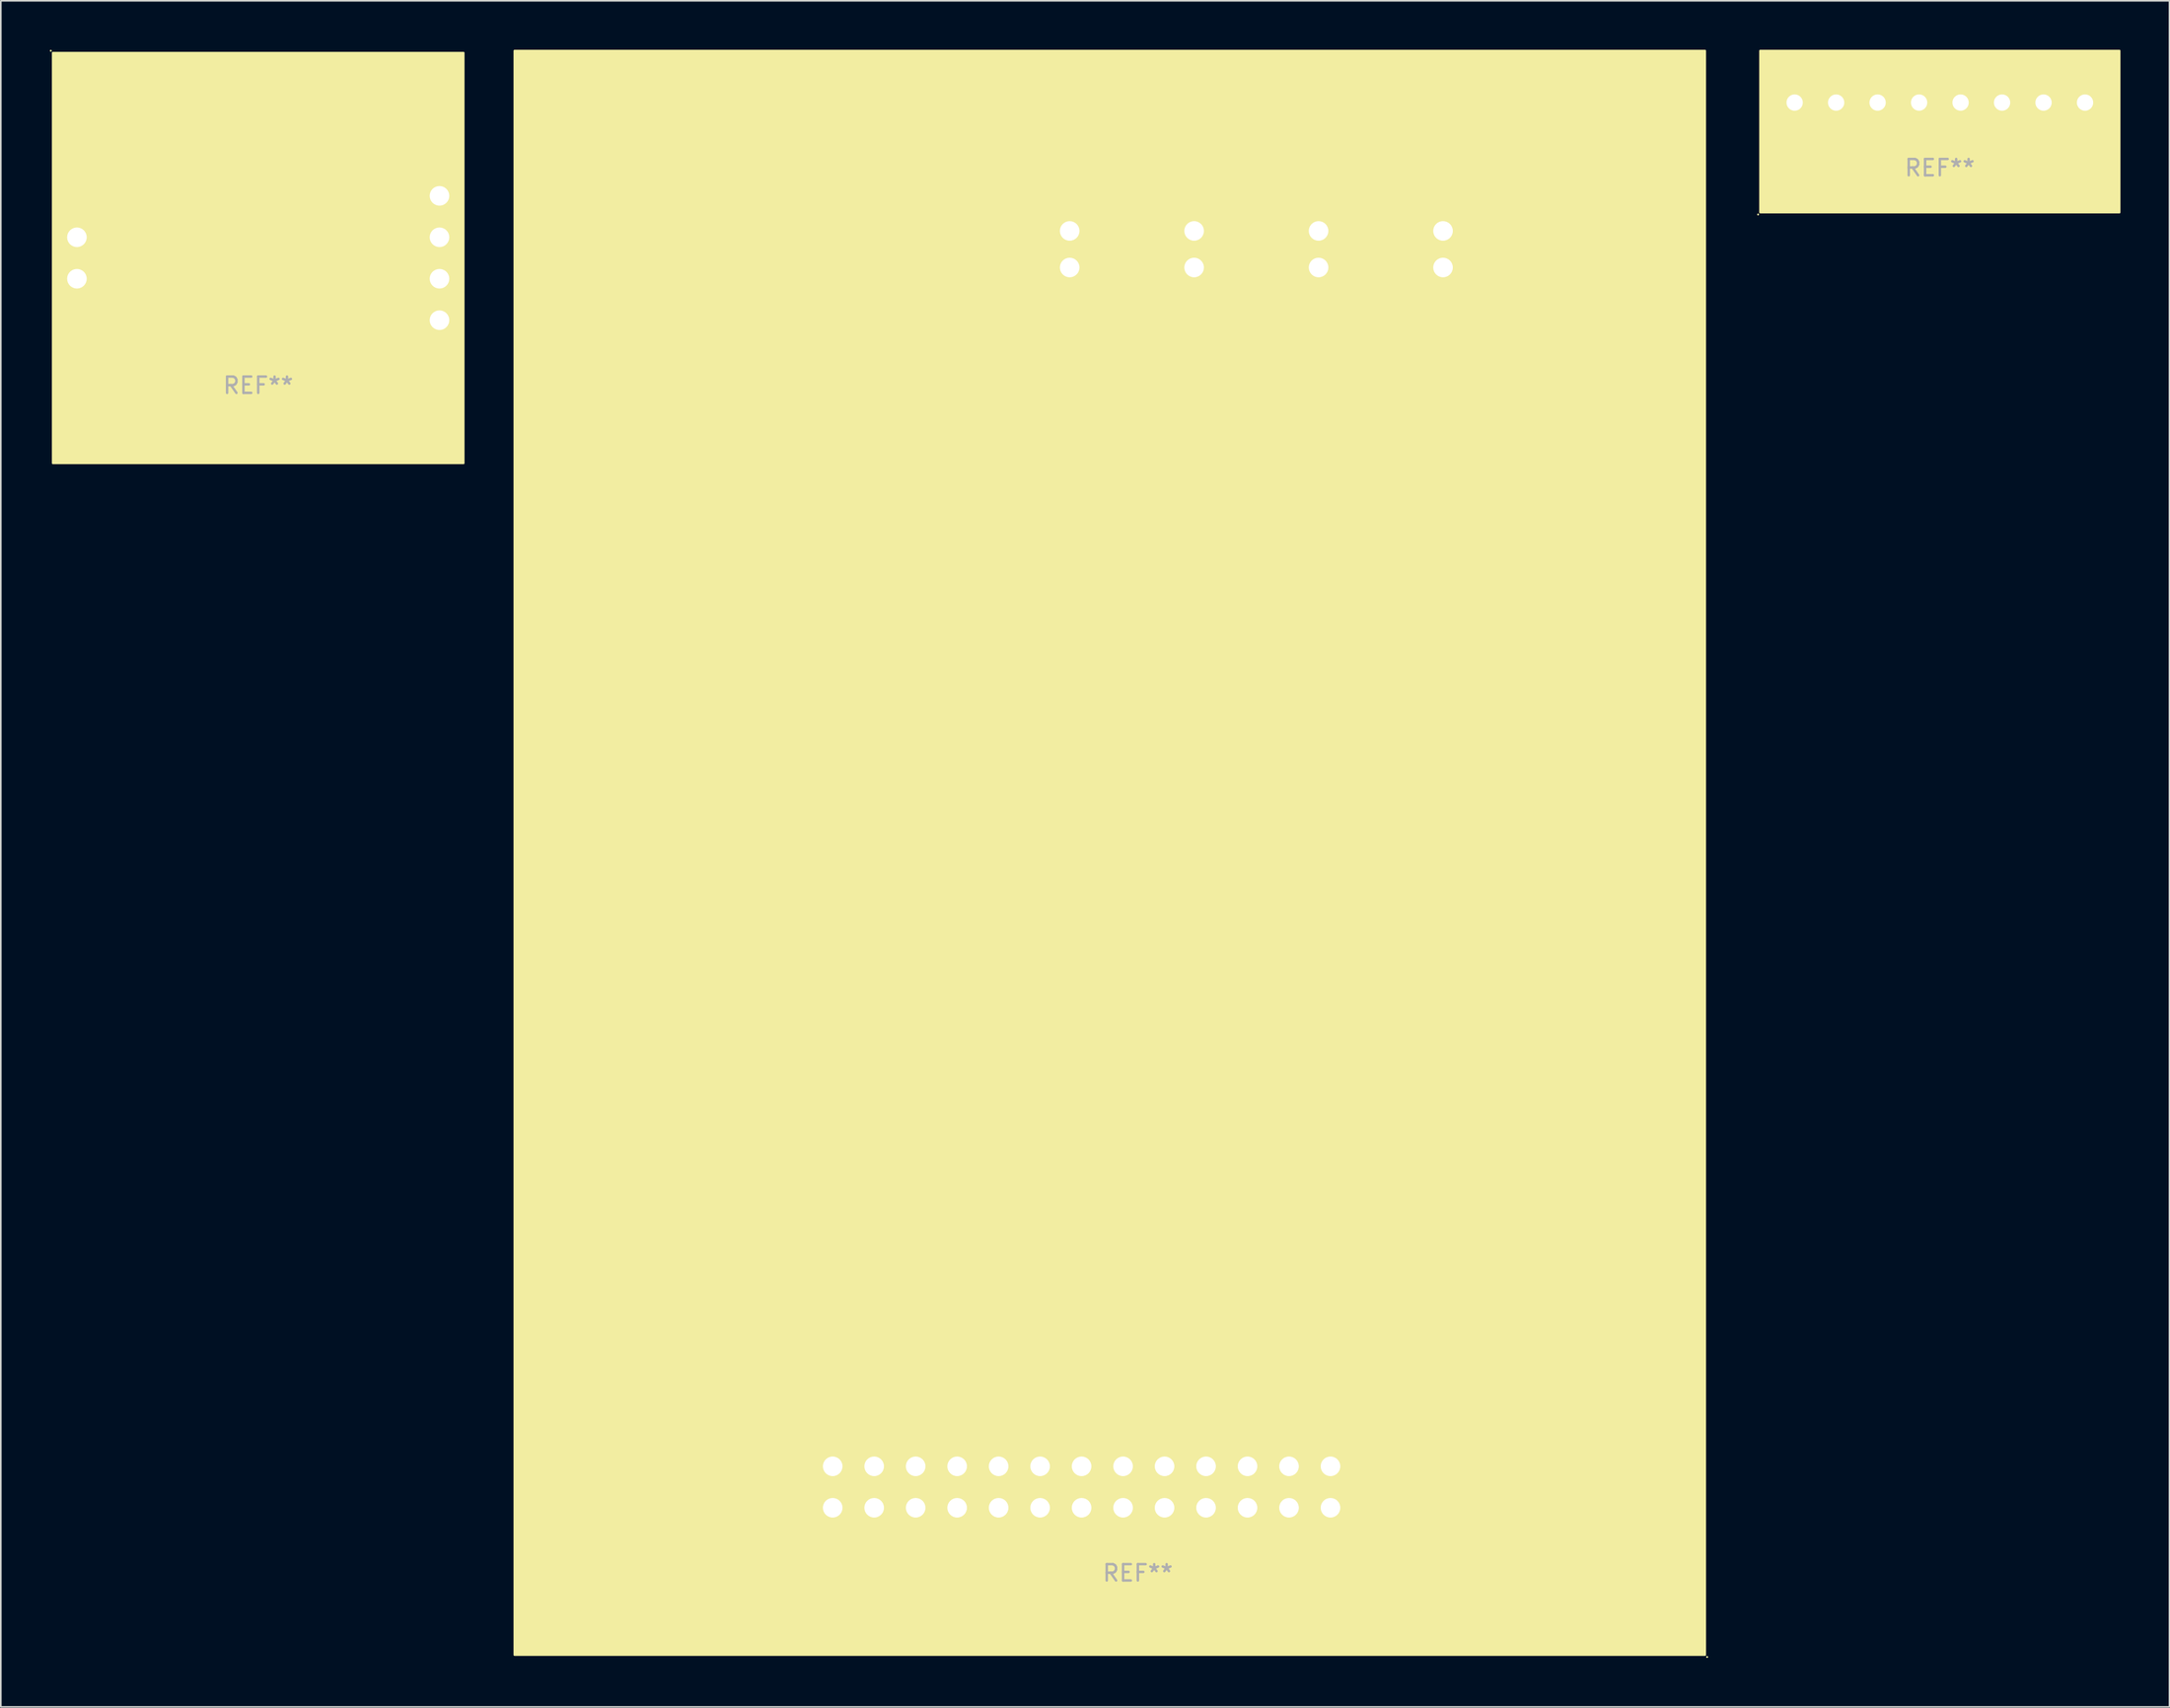
<source format=kicad_pcb>
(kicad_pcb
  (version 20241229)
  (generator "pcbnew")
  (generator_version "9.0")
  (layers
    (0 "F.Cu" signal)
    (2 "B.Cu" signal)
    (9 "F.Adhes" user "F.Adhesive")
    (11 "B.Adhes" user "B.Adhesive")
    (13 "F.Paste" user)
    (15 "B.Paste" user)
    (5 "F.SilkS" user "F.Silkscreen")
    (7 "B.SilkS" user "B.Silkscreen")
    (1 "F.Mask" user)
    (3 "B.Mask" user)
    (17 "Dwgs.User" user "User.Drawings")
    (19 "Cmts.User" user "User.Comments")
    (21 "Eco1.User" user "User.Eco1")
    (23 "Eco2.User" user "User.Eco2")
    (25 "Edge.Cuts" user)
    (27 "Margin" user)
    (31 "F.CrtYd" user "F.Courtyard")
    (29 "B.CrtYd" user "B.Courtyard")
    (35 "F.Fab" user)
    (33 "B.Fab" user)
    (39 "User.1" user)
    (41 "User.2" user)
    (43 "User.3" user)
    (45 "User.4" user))
  (footprint "SY_A3-P3-O4"
    (layer "F.Cu")
    (at 115.725 3.235)
    (property "Reference" "SY_A3-P3-O4" (at 0 -2 0) (layer "F.SilkS") (effects (font (size 1 1) (thickness 0.15))))
    (attr through_hole)
    (fp_circle (center -11.127 6.858) (end -11.097 6.858) (stroke (width 0.06) (type solid)) (fill no) (layer "F.SilkS"))
    (fp_circle (center -10.16 3.81) (end -9.652 3.81) (stroke (width 0.254) (type solid)) (fill no) (layer "F.SilkS"))
    (fp_poly (pts (xy -11 -3.175) (xy 11 -3.175) (xy 11 6.731) (xy -11 6.731)) (stroke (width 0.12) (type solid)) (fill yes) (layer "F.SilkS"))
    (fp_text user "REF**" (at 0 4 0) (layer "F.Fab") (effects (font (size 1 1) (thickness 0.15))))
    (pad "1" thru_hole circle (at -8.89 0) (size 2 2) (drill 1) (layers "*.Cu" "*.Mask"))
    (pad "2" thru_hole circle (at -6.35 0) (size 2 2) (drill 1) (layers "*.Cu" "*.Mask"))
    (pad "3" thru_hole circle (at -3.81 0) (size 2 2) (drill 1) (layers "*.Cu" "*.Mask"))
    (pad "4" thru_hole circle (at -1.27 0) (size 2 2) (drill 1) (layers "*.Cu" "*.Mask"))
    (pad "5" thru_hole circle (at 1.27 0) (size 2 2) (drill 1) (layers "*.Cu" "*.Mask"))
    (pad "6" thru_hole circle (at 3.81 0) (size 2 2) (drill 1) (layers "*.Cu" "*.Mask"))
    (pad "7" thru_hole circle (at 6.35 0) (size 2 2) (drill 1) (layers "*.Cu" "*.Mask"))
    (pad "8" thru_hole circle (at 8.89 0) (size 2 2) (drill 1) (layers "*.Cu" "*.Mask")))
  (footprint "GWR-M100"
    (layer "F.Cu")
    (at 66.62 50.221)
    (property "Reference" "GWR-M100" (at 0 -41.12 0) (layer "F.SilkS") (effects (font (size 1 1) (thickness 0.15))))
    (attr through_hole)
    (fp_circle (center 34.858 48.264) (end 34.888 48.264) (stroke (width 0.06) (type solid)) (fill no) (layer "F.SilkS"))
    (fp_poly (pts (xy -38.167 -50.161) (xy 34.731 -50.161) (xy 34.731 48.137) (xy -38.167 48.137)) (stroke (width 0.12) (type solid)) (fill yes) (layer "F.SilkS"))
    (fp_poly (pts (xy -20.32 34.29) (xy 13.97 34.29) (xy 13.97 41.275) (xy -20.32 41.275)) (stroke (width 0.12) (type solid)) (fill yes) (layer "F.SilkS"))
    (fp_poly (pts (xy -6.35 -40.64) (xy 20.32 -40.64) (xy 20.32 -35.56) (xy -6.35 -35.56)) (stroke (width 0.12) (type solid)) (fill yes) (layer "F.SilkS"))
    (fp_text user "REF**" (at 0 43.12 0) (layer "F.Fab") (effects (font (size 1 1) (thickness 0.15))))
    (pad "1" thru_hole rect (at 11.795 36.58) (size 1.8 1.8) (drill 1.2) (layers "*.Cu" "*.Mask"))
    (pad "2" thru_hole circle (at 11.795 39.12) (size 1.8 1.8) (drill 1.2) (layers "*.Cu" "*.Mask"))
    (pad "3" thru_hole circle (at 9.255 36.58) (size 1.8 1.8) (drill 1.2) (layers "*.Cu" "*.Mask"))
    (pad "4" thru_hole circle (at 9.255 39.12) (size 1.8 1.8) (drill 1.2) (layers "*.Cu" "*.Mask"))
    (pad "5" thru_hole circle (at 6.715 36.58) (size 1.8 1.8) (drill 1.2) (layers "*.Cu" "*.Mask"))
    (pad "6" thru_hole circle (at 6.715 39.12) (size 1.8 1.8) (drill 1.2) (layers "*.Cu" "*.Mask"))
    (pad "7" thru_hole circle (at 4.175 36.58) (size 1.8 1.8) (drill 1.2) (layers "*.Cu" "*.Mask"))
    (pad "8" thru_hole circle (at 4.175 39.12) (size 1.8 1.8) (drill 1.2) (layers "*.Cu" "*.Mask"))
    (pad "9" thru_hole circle (at 1.635 36.58) (size 1.8 1.8) (drill 1.2) (layers "*.Cu" "*.Mask"))
    (pad "10" thru_hole circle (at 1.635 39.12) (size 1.8 1.8) (drill 1.2) (layers "*.Cu" "*.Mask"))
    (pad "11" thru_hole circle (at -0.905 36.58) (size 1.8 1.8) (drill 1.2) (layers "*.Cu" "*.Mask"))
    (pad "12" thru_hole circle (at -0.905 39.12) (size 1.8 1.8) (drill 1.2) (layers "*.Cu" "*.Mask"))
    (pad "13" thru_hole circle (at -3.445 36.58) (size 1.8 1.8) (drill 1.2) (layers "*.Cu" "*.Mask"))
    (pad "14" thru_hole circle (at -3.445 39.12) (size 1.8 1.8) (drill 1.2) (layers "*.Cu" "*.Mask"))
    (pad "15" thru_hole circle (at -5.985 36.58) (size 1.8 1.8) (drill 1.2) (layers "*.Cu" "*.Mask"))
    (pad "16" thru_hole circle (at -5.985 39.12) (size 1.8 1.8) (drill 1.2) (layers "*.Cu" "*.Mask"))
    (pad "17" thru_hole circle (at -8.525 36.58) (size 1.8 1.8) (drill 1.2) (layers "*.Cu" "*.Mask"))
    (pad "18" thru_hole circle (at -8.525 39.12) (size 1.8 1.8) (drill 1.2) (layers "*.Cu" "*.Mask"))
    (pad "19" thru_hole circle (at -11.065 36.58) (size 1.8 1.8) (drill 1.2) (layers "*.Cu" "*.Mask"))
    (pad "20" thru_hole circle (at -11.065 39.12) (size 1.8 1.8) (drill 1.2) (layers "*.Cu" "*.Mask"))
    (pad "21" thru_hole circle (at -13.605 36.58) (size 1.8 1.8) (drill 1.2) (layers "*.Cu" "*.Mask"))
    (pad "22" thru_hole circle (at -13.605 39.12) (size 1.8 1.8) (drill 1.2) (layers "*.Cu" "*.Mask"))
    (pad "23" thru_hole circle (at -16.145 36.58) (size 1.8 1.8) (drill 1.2) (layers "*.Cu" "*.Mask"))
    (pad "24" thru_hole circle (at -16.145 39.12) (size 1.8 1.8) (drill 1.2) (layers "*.Cu" "*.Mask"))
    (pad "25" thru_hole circle (at -18.685 36.58) (size 1.8 1.8) (drill 1.2) (layers "*.Cu" "*.Mask"))
    (pad "26" thru_hole circle (at -18.685 39.12) (size 1.8 1.8) (drill 1.2) (layers "*.Cu" "*.Mask"))
    (pad "27" thru_hole circle (at 18.685 -39.12) (size 1.8 1.8) (drill 1.2) (layers "*.Cu" "*.Mask"))
    (pad "28" thru_hole circle (at 18.685 -36.88) (size 1.8 1.8) (drill 1.2) (layers "*.Cu" "*.Mask"))
    (pad "29" thru_hole circle (at 11.065 -39.12) (size 1.8 1.8) (drill 1.2) (layers "*.Cu" "*.Mask"))
    (pad "30" thru_hole circle (at 11.065 -36.88) (size 1.8 1.8) (drill 1.2) (layers "*.Cu" "*.Mask"))
    (pad "31" thru_hole circle (at 3.445 -39.12) (size 1.8 1.8) (drill 1.2) (layers "*.Cu" "*.Mask"))
    (pad "32" thru_hole circle (at 3.445 -36.88) (size 1.8 1.8) (drill 1.2) (layers "*.Cu" "*.Mask"))
    (pad "33" thru_hole circle (at -4.175 -39.12) (size 1.8 1.8) (drill 1.2) (layers "*.Cu" "*.Mask"))
    (pad "34" thru_hole circle (at -4.175 -36.88) (size 1.8 1.8) (drill 1.2) (layers "*.Cu" "*.Mask")))
  (footprint "DL-24G-102"
    (layer "F.Cu")
    (at 12.76 12.76)
    (property "Reference" "DL-24G-102" (at 0 -5.81 0) (layer "F.SilkS") (effects (font (size 1 1) (thickness 0.15))))
    (attr through_hole)
    (fp_circle (center -12.7 -12.7) (end -12.67 -12.7) (stroke (width 0.06) (type solid)) (fill no) (layer "F.SilkS"))
    (fp_poly (pts (xy -12.573 -12.573) (xy 12.573 -12.573) (xy 12.573 12.573) (xy -12.573 12.573)) (stroke (width 0.12) (type solid)) (fill yes) (layer "F.SilkS"))
    (fp_text user "REF**" (at 0 7.81 0) (layer "F.Fab") (effects (font (size 1 1) (thickness 0.15))))
    (pad "1" thru_hole circle (at -11.1 -1.27) (size 1.8 1.8) (drill 1.2) (layers "*.Cu" "*.Mask"))
    (pad "2" thru_hole circle (at -11.1 1.27) (size 1.8 1.8) (drill 1.2) (layers "*.Cu" "*.Mask"))
    (pad "3" thru_hole circle (at 11.1 3.81) (size 1.8 1.8) (drill 1.2) (layers "*.Cu" "*.Mask"))
    (pad "4" thru_hole circle (at 11.1 1.27) (size 1.8 1.8) (drill 1.2) (layers "*.Cu" "*.Mask"))
    (pad "5" thru_hole circle (at 11.1 -1.27) (size 1.8 1.8) (drill 1.2) (layers "*.Cu" "*.Mask"))
    (pad "6" thru_hole circle (at 11.1 -3.81) (size 1.8 1.8) (drill 1.2) (layers "*.Cu" "*.Mask")))
  (gr_rect
    (start -3 -3)
    (end 129.785 101.545)
    (stroke (width 0.1) (type default))
    (fill no)
    (layer "Edge.Cuts")))
</source>
